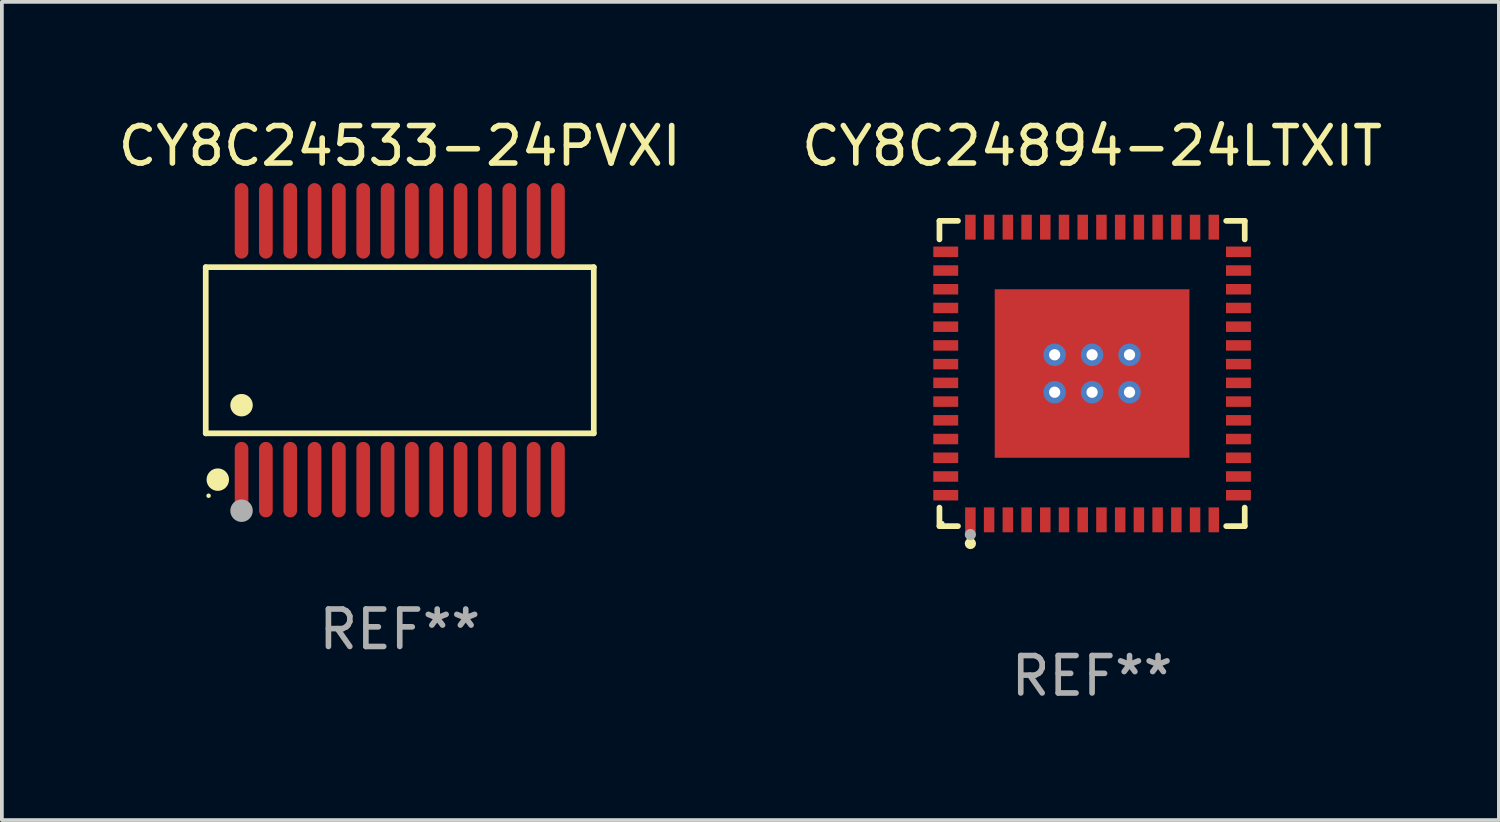
<source format=kicad_pcb>
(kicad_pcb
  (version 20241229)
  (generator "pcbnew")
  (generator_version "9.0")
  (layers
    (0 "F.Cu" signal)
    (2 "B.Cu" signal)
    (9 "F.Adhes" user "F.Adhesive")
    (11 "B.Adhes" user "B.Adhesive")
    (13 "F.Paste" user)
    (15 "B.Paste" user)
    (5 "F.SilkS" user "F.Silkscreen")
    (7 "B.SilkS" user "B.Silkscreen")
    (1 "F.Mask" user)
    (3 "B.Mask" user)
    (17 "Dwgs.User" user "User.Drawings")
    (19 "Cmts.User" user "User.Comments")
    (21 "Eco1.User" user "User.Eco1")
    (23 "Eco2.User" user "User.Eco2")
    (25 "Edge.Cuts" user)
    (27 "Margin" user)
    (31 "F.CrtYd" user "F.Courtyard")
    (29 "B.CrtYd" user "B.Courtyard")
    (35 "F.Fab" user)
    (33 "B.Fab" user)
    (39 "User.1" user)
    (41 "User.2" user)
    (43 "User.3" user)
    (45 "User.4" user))
  (footprint "CY8C24894-24LTXIT"
    (layer "F.Cu")
    (at 26.113 6.924)
    (property "Reference" "CY8C24894-24LTXIT" (at 0 -6.076 0) (layer "F.SilkS") (effects (font (size 1 1) (thickness 0.15))))
    (attr through_hole)
    (fp_line (start -4.076 -4.076) (end -3.581 -4.076) (stroke (width 0.152) (type solid)) (layer "F.SilkS"))
    (fp_line (start -4.076 -3.581) (end -4.076 -4.076) (stroke (width 0.152) (type solid)) (layer "F.SilkS"))
    (fp_line (start -4.076 3.581) (end -4.076 4.076) (stroke (width 0.152) (type solid)) (layer "F.SilkS"))
    (fp_line (start -4.076 4.076) (end -3.581 4.076) (stroke (width 0.152) (type solid)) (layer "F.SilkS"))
    (fp_line (start 4.076 -4.076) (end 3.581 -4.076) (stroke (width 0.152) (type solid)) (layer "F.SilkS"))
    (fp_line (start 4.076 -3.581) (end 4.076 -4.076) (stroke (width 0.152) (type solid)) (layer "F.SilkS"))
    (fp_line (start 4.076 3.581) (end 4.076 4.076) (stroke (width 0.152) (type solid)) (layer "F.SilkS"))
    (fp_line (start 4.076 4.076) (end 3.581 4.076) (stroke (width 0.152) (type solid)) (layer "F.SilkS"))
    (fp_circle (center -4 4) (end -3.97 4) (stroke (width 0.06) (type solid)) (fill no) (layer "F.SilkS"))
    (fp_circle (center -3.25 4.54) (end -3.175 4.54) (stroke (width 0.15) (type solid)) (fill no) (layer "F.SilkS"))
    (fp_circle (center -3.25 4.3) (end -3.175 4.3) (stroke (width 0.15) (type solid)) (fill no) (layer "F.Fab"))
    (fp_text user "REF**" (at 0 8.076 0) (layer "F.Fab") (effects (font (size 1 1) (thickness 0.15))))
    (pad "1" smd rect (at -3.25 3.908) (size 0.28 0.665) (layers "F.Cu" "F.Mask" "F.Paste"))
    (pad "2" smd rect (at -2.75 3.908) (size 0.28 0.665) (layers "F.Cu" "F.Mask" "F.Paste"))
    (pad "3" smd rect (at -2.25 3.908) (size 0.28 0.665) (layers "F.Cu" "F.Mask" "F.Paste"))
    (pad "4" smd rect (at -1.75 3.908) (size 0.28 0.665) (layers "F.Cu" "F.Mask" "F.Paste"))
    (pad "5" smd rect (at -1.25 3.908) (size 0.28 0.665) (layers "F.Cu" "F.Mask" "F.Paste"))
    (pad "6" smd rect (at -0.75 3.908) (size 0.28 0.665) (layers "F.Cu" "F.Mask" "F.Paste"))
    (pad "7" smd rect (at -0.25 3.908) (size 0.28 0.665) (layers "F.Cu" "F.Mask" "F.Paste"))
    (pad "8" smd rect (at 0.25 3.908) (size 0.28 0.665) (layers "F.Cu" "F.Mask" "F.Paste"))
    (pad "9" smd rect (at 0.75 3.908) (size 0.28 0.665) (layers "F.Cu" "F.Mask" "F.Paste"))
    (pad "10" smd rect (at 1.25 3.908) (size 0.28 0.665) (layers "F.Cu" "F.Mask" "F.Paste"))
    (pad "11" smd rect (at 1.75 3.908) (size 0.28 0.665) (layers "F.Cu" "F.Mask" "F.Paste"))
    (pad "12" smd rect (at 2.25 3.908) (size 0.28 0.665) (layers "F.Cu" "F.Mask" "F.Paste"))
    (pad "13" smd rect (at 2.75 3.908) (size 0.28 0.665) (layers "F.Cu" "F.Mask" "F.Paste"))
    (pad "14" smd rect (at 3.25 3.908) (size 0.28 0.665) (layers "F.Cu" "F.Mask" "F.Paste"))
    (pad "15" smd rect (at 3.908 3.25) (size 0.665 0.28) (layers "F.Cu" "F.Mask" "F.Paste"))
    (pad "16" smd rect (at 3.908 2.75) (size 0.665 0.28) (layers "F.Cu" "F.Mask" "F.Paste"))
    (pad "17" smd rect (at 3.908 2.25) (size 0.665 0.28) (layers "F.Cu" "F.Mask" "F.Paste"))
    (pad "18" smd rect (at 3.908 1.75) (size 0.665 0.28) (layers "F.Cu" "F.Mask" "F.Paste"))
    (pad "19" smd rect (at 3.908 1.25) (size 0.665 0.28) (layers "F.Cu" "F.Mask" "F.Paste"))
    (pad "20" smd rect (at 3.908 0.75) (size 0.665 0.28) (layers "F.Cu" "F.Mask" "F.Paste"))
    (pad "21" smd rect (at 3.908 0.25) (size 0.665 0.28) (layers "F.Cu" "F.Mask" "F.Paste"))
    (pad "22" smd rect (at 3.908 -0.25) (size 0.665 0.28) (layers "F.Cu" "F.Mask" "F.Paste"))
    (pad "23" smd rect (at 3.908 -0.75) (size 0.665 0.28) (layers "F.Cu" "F.Mask" "F.Paste"))
    (pad "24" smd rect (at 3.908 -1.25) (size 0.665 0.28) (layers "F.Cu" "F.Mask" "F.Paste"))
    (pad "25" smd rect (at 3.908 -1.75) (size 0.665 0.28) (layers "F.Cu" "F.Mask" "F.Paste"))
    (pad "26" smd rect (at 3.908 -2.25) (size 0.665 0.28) (layers "F.Cu" "F.Mask" "F.Paste"))
    (pad "27" smd rect (at 3.908 -2.75) (size 0.665 0.28) (layers "F.Cu" "F.Mask" "F.Paste"))
    (pad "28" smd rect (at 3.908 -3.25) (size 0.665 0.28) (layers "F.Cu" "F.Mask" "F.Paste"))
    (pad "29" smd rect (at 3.25 -3.908) (size 0.28 0.665) (layers "F.Cu" "F.Mask" "F.Paste"))
    (pad "30" smd rect (at 2.75 -3.908) (size 0.28 0.665) (layers "F.Cu" "F.Mask" "F.Paste"))
    (pad "31" smd rect (at 2.25 -3.908) (size 0.28 0.665) (layers "F.Cu" "F.Mask" "F.Paste"))
    (pad "32" smd rect (at 1.75 -3.908) (size 0.28 0.665) (layers "F.Cu" "F.Mask" "F.Paste"))
    (pad "33" smd rect (at 1.25 -3.908) (size 0.28 0.665) (layers "F.Cu" "F.Mask" "F.Paste"))
    (pad "34" smd rect (at 0.75 -3.908) (size 0.28 0.665) (layers "F.Cu" "F.Mask" "F.Paste"))
    (pad "35" smd rect (at 0.25 -3.908) (size 0.28 0.665) (layers "F.Cu" "F.Mask" "F.Paste"))
    (pad "36" smd rect (at -0.25 -3.908) (size 0.28 0.665) (layers "F.Cu" "F.Mask" "F.Paste"))
    (pad "37" smd rect (at -0.75 -3.908) (size 0.28 0.665) (layers "F.Cu" "F.Mask" "F.Paste"))
    (pad "38" smd rect (at -1.25 -3.908) (size 0.28 0.665) (layers "F.Cu" "F.Mask" "F.Paste"))
    (pad "39" smd rect (at -1.75 -3.908) (size 0.28 0.665) (layers "F.Cu" "F.Mask" "F.Paste"))
    (pad "40" smd rect (at -2.25 -3.908) (size 0.28 0.665) (layers "F.Cu" "F.Mask" "F.Paste"))
    (pad "41" smd rect (at -2.75 -3.908) (size 0.28 0.665) (layers "F.Cu" "F.Mask" "F.Paste"))
    (pad "42" smd rect (at -3.25 -3.908) (size 0.28 0.665) (layers "F.Cu" "F.Mask" "F.Paste"))
    (pad "43" smd rect (at -3.908 -3.25) (size 0.665 0.28) (layers "F.Cu" "F.Mask" "F.Paste"))
    (pad "44" smd rect (at -3.908 -2.75) (size 0.665 0.28) (layers "F.Cu" "F.Mask" "F.Paste"))
    (pad "45" smd rect (at -3.908 -2.25) (size 0.665 0.28) (layers "F.Cu" "F.Mask" "F.Paste"))
    (pad "46" smd rect (at -3.908 -1.75) (size 0.665 0.28) (layers "F.Cu" "F.Mask" "F.Paste"))
    (pad "47" smd rect (at -3.908 -1.25) (size 0.665 0.28) (layers "F.Cu" "F.Mask" "F.Paste"))
    (pad "48" smd rect (at -3.908 -0.75) (size 0.665 0.28) (layers "F.Cu" "F.Mask" "F.Paste"))
    (pad "49" smd rect (at -3.908 -0.25) (size 0.665 0.28) (layers "F.Cu" "F.Mask" "F.Paste"))
    (pad "50" smd rect (at -3.908 0.25) (size 0.665 0.28) (layers "F.Cu" "F.Mask" "F.Paste"))
    (pad "51" smd rect (at -3.908 0.75) (size 0.665 0.28) (layers "F.Cu" "F.Mask" "F.Paste"))
    (pad "52" smd rect (at -3.908 1.25) (size 0.665 0.28) (layers "F.Cu" "F.Mask" "F.Paste"))
    (pad "53" smd rect (at -3.908 1.75) (size 0.665 0.28) (layers "F.Cu" "F.Mask" "F.Paste"))
    (pad "54" smd rect (at -3.908 2.25) (size 0.665 0.28) (layers "F.Cu" "F.Mask" "F.Paste"))
    (pad "55" smd rect (at -3.908 2.75) (size 0.665 0.28) (layers "F.Cu" "F.Mask" "F.Paste"))
    (pad "56" smd rect (at -3.908 3.25) (size 0.665 0.28) (layers "F.Cu" "F.Mask" "F.Paste"))
    (pad "57" thru_hole circle (at -1 -0.5) (size 0.6 0.6) (drill 0.3) (layers "*.Cu" "*.Mask"))
    (pad "57" thru_hole circle (at -1 0.5) (size 0.6 0.6) (drill 0.3) (layers "*.Cu" "*.Mask"))
    (pad "57" thru_hole circle (at 0 -0.5) (size 0.6 0.6) (drill 0.3) (layers "*.Cu" "*.Mask"))
    (pad "57" smd rect (at 0 0) (size 5.2 4.5) (layers "F.Cu" "F.Mask" "F.Paste"))
    (pad "57" thru_hole circle (at 0 0.5) (size 0.6 0.6) (drill 0.3) (layers "*.Cu" "*.Mask"))
    (pad "57" thru_hole circle (at 1 -0.5) (size 0.6 0.6) (drill 0.3) (layers "*.Cu" "*.Mask"))
    (pad "57" thru_hole circle (at 1 0.5) (size 0.6 0.6) (drill 0.3) (layers "*.Cu" "*.Mask")))
  (footprint "CY8C24533-24PVXI"
    (layer "F.Cu")
    (at 7.625 6.303)
    (property "Reference" "CY8C24533-24PVXI" (at 0 -5.455 0) (layer "F.SilkS") (effects (font (size 1 1) (thickness 0.15))))
    (attr through_hole)
    (fp_line (start -5.181 -2.219) (end 5.181 -2.219) (stroke (width 0.152) (type solid)) (layer "F.SilkS"))
    (fp_line (start -5.181 2.219) (end -5.181 -2.219) (stroke (width 0.152) (type solid)) (layer "F.SilkS"))
    (fp_line (start 5.181 -2.219) (end 5.181 2.219) (stroke (width 0.152) (type solid)) (layer "F.SilkS"))
    (fp_line (start 5.181 2.219) (end -5.181 2.219) (stroke (width 0.152) (type solid)) (layer "F.SilkS"))
    (fp_circle (center -5.105 3.885) (end -5.075 3.885) (stroke (width 0.06) (type solid)) (fill no) (layer "F.SilkS"))
    (fp_circle (center -4.859 3.455) (end -4.709 3.455) (stroke (width 0.3) (type solid)) (fill no) (layer "F.SilkS"))
    (fp_circle (center -4.225 1.467) (end -4.075 1.467) (stroke (width 0.3) (type solid)) (fill no) (layer "F.SilkS"))
    (fp_circle (center -4.225 4.285) (end -4.075 4.285) (stroke (width 0.3) (type solid)) (fill no) (layer "F.Fab"))
    (fp_text user "REF**" (at 0 7.455 0) (layer "F.Fab") (effects (font (size 1 1) (thickness 0.15))))
    (pad "1" smd oval (at -4.225 3.455) (size 0.364 2.015) (layers "F.Cu" "F.Mask" "F.Paste"))
    (pad "2" smd oval (at -3.575 3.455) (size 0.364 2.015) (layers "F.Cu" "F.Mask" "F.Paste"))
    (pad "3" smd oval (at -2.925 3.455) (size 0.364 2.015) (layers "F.Cu" "F.Mask" "F.Paste"))
    (pad "4" smd oval (at -2.275 3.455) (size 0.364 2.015) (layers "F.Cu" "F.Mask" "F.Paste"))
    (pad "5" smd oval (at -1.625 3.455) (size 0.364 2.015) (layers "F.Cu" "F.Mask" "F.Paste"))
    (pad "6" smd oval (at -0.975 3.455) (size 0.364 2.015) (layers "F.Cu" "F.Mask" "F.Paste"))
    (pad "7" smd oval (at -0.325 3.455) (size 0.364 2.015) (layers "F.Cu" "F.Mask" "F.Paste"))
    (pad "8" smd oval (at 0.325 3.455) (size 0.364 2.015) (layers "F.Cu" "F.Mask" "F.Paste"))
    (pad "9" smd oval (at 0.975 3.455) (size 0.364 2.015) (layers "F.Cu" "F.Mask" "F.Paste"))
    (pad "10" smd oval (at 1.625 3.455) (size 0.364 2.015) (layers "F.Cu" "F.Mask" "F.Paste"))
    (pad "11" smd oval (at 2.275 3.455) (size 0.364 2.015) (layers "F.Cu" "F.Mask" "F.Paste"))
    (pad "12" smd oval (at 2.925 3.455) (size 0.364 2.015) (layers "F.Cu" "F.Mask" "F.Paste"))
    (pad "13" smd oval (at 3.575 3.455) (size 0.364 2.015) (layers "F.Cu" "F.Mask" "F.Paste"))
    (pad "14" smd oval (at 4.225 3.455) (size 0.364 2.015) (layers "F.Cu" "F.Mask" "F.Paste"))
    (pad "15" smd oval (at 4.225 -3.455) (size 0.364 2.015) (layers "F.Cu" "F.Mask" "F.Paste"))
    (pad "16" smd oval (at 3.575 -3.455) (size 0.364 2.015) (layers "F.Cu" "F.Mask" "F.Paste"))
    (pad "17" smd oval (at 2.925 -3.455) (size 0.364 2.015) (layers "F.Cu" "F.Mask" "F.Paste"))
    (pad "18" smd oval (at 2.275 -3.455) (size 0.364 2.015) (layers "F.Cu" "F.Mask" "F.Paste"))
    (pad "19" smd oval (at 1.625 -3.455) (size 0.364 2.015) (layers "F.Cu" "F.Mask" "F.Paste"))
    (pad "20" smd oval (at 0.975 -3.455) (size 0.364 2.015) (layers "F.Cu" "F.Mask" "F.Paste"))
    (pad "21" smd oval (at 0.325 -3.455) (size 0.364 2.015) (layers "F.Cu" "F.Mask" "F.Paste"))
    (pad "22" smd oval (at -0.325 -3.455) (size 0.364 2.015) (layers "F.Cu" "F.Mask" "F.Paste"))
    (pad "23" smd oval (at -0.975 -3.455) (size 0.364 2.015) (layers "F.Cu" "F.Mask" "F.Paste"))
    (pad "24" smd oval (at -1.625 -3.455) (size 0.364 2.015) (layers "F.Cu" "F.Mask" "F.Paste"))
    (pad "25" smd oval (at -2.275 -3.455) (size 0.364 2.015) (layers "F.Cu" "F.Mask" "F.Paste"))
    (pad "26" smd oval (at -2.925 -3.455) (size 0.364 2.015) (layers "F.Cu" "F.Mask" "F.Paste"))
    (pad "27" smd oval (at -3.575 -3.455) (size 0.364 2.015) (layers "F.Cu" "F.Mask" "F.Paste"))
    (pad "28" smd oval (at -4.225 -3.455) (size 0.364 2.015) (layers "F.Cu" "F.Mask" "F.Paste")))
  (gr_rect
    (start -3 -3)
    (end 36.976 18.849)
    (stroke (width 0.1) (type default))
    (fill no)
    (layer "Edge.Cuts")))
</source>
